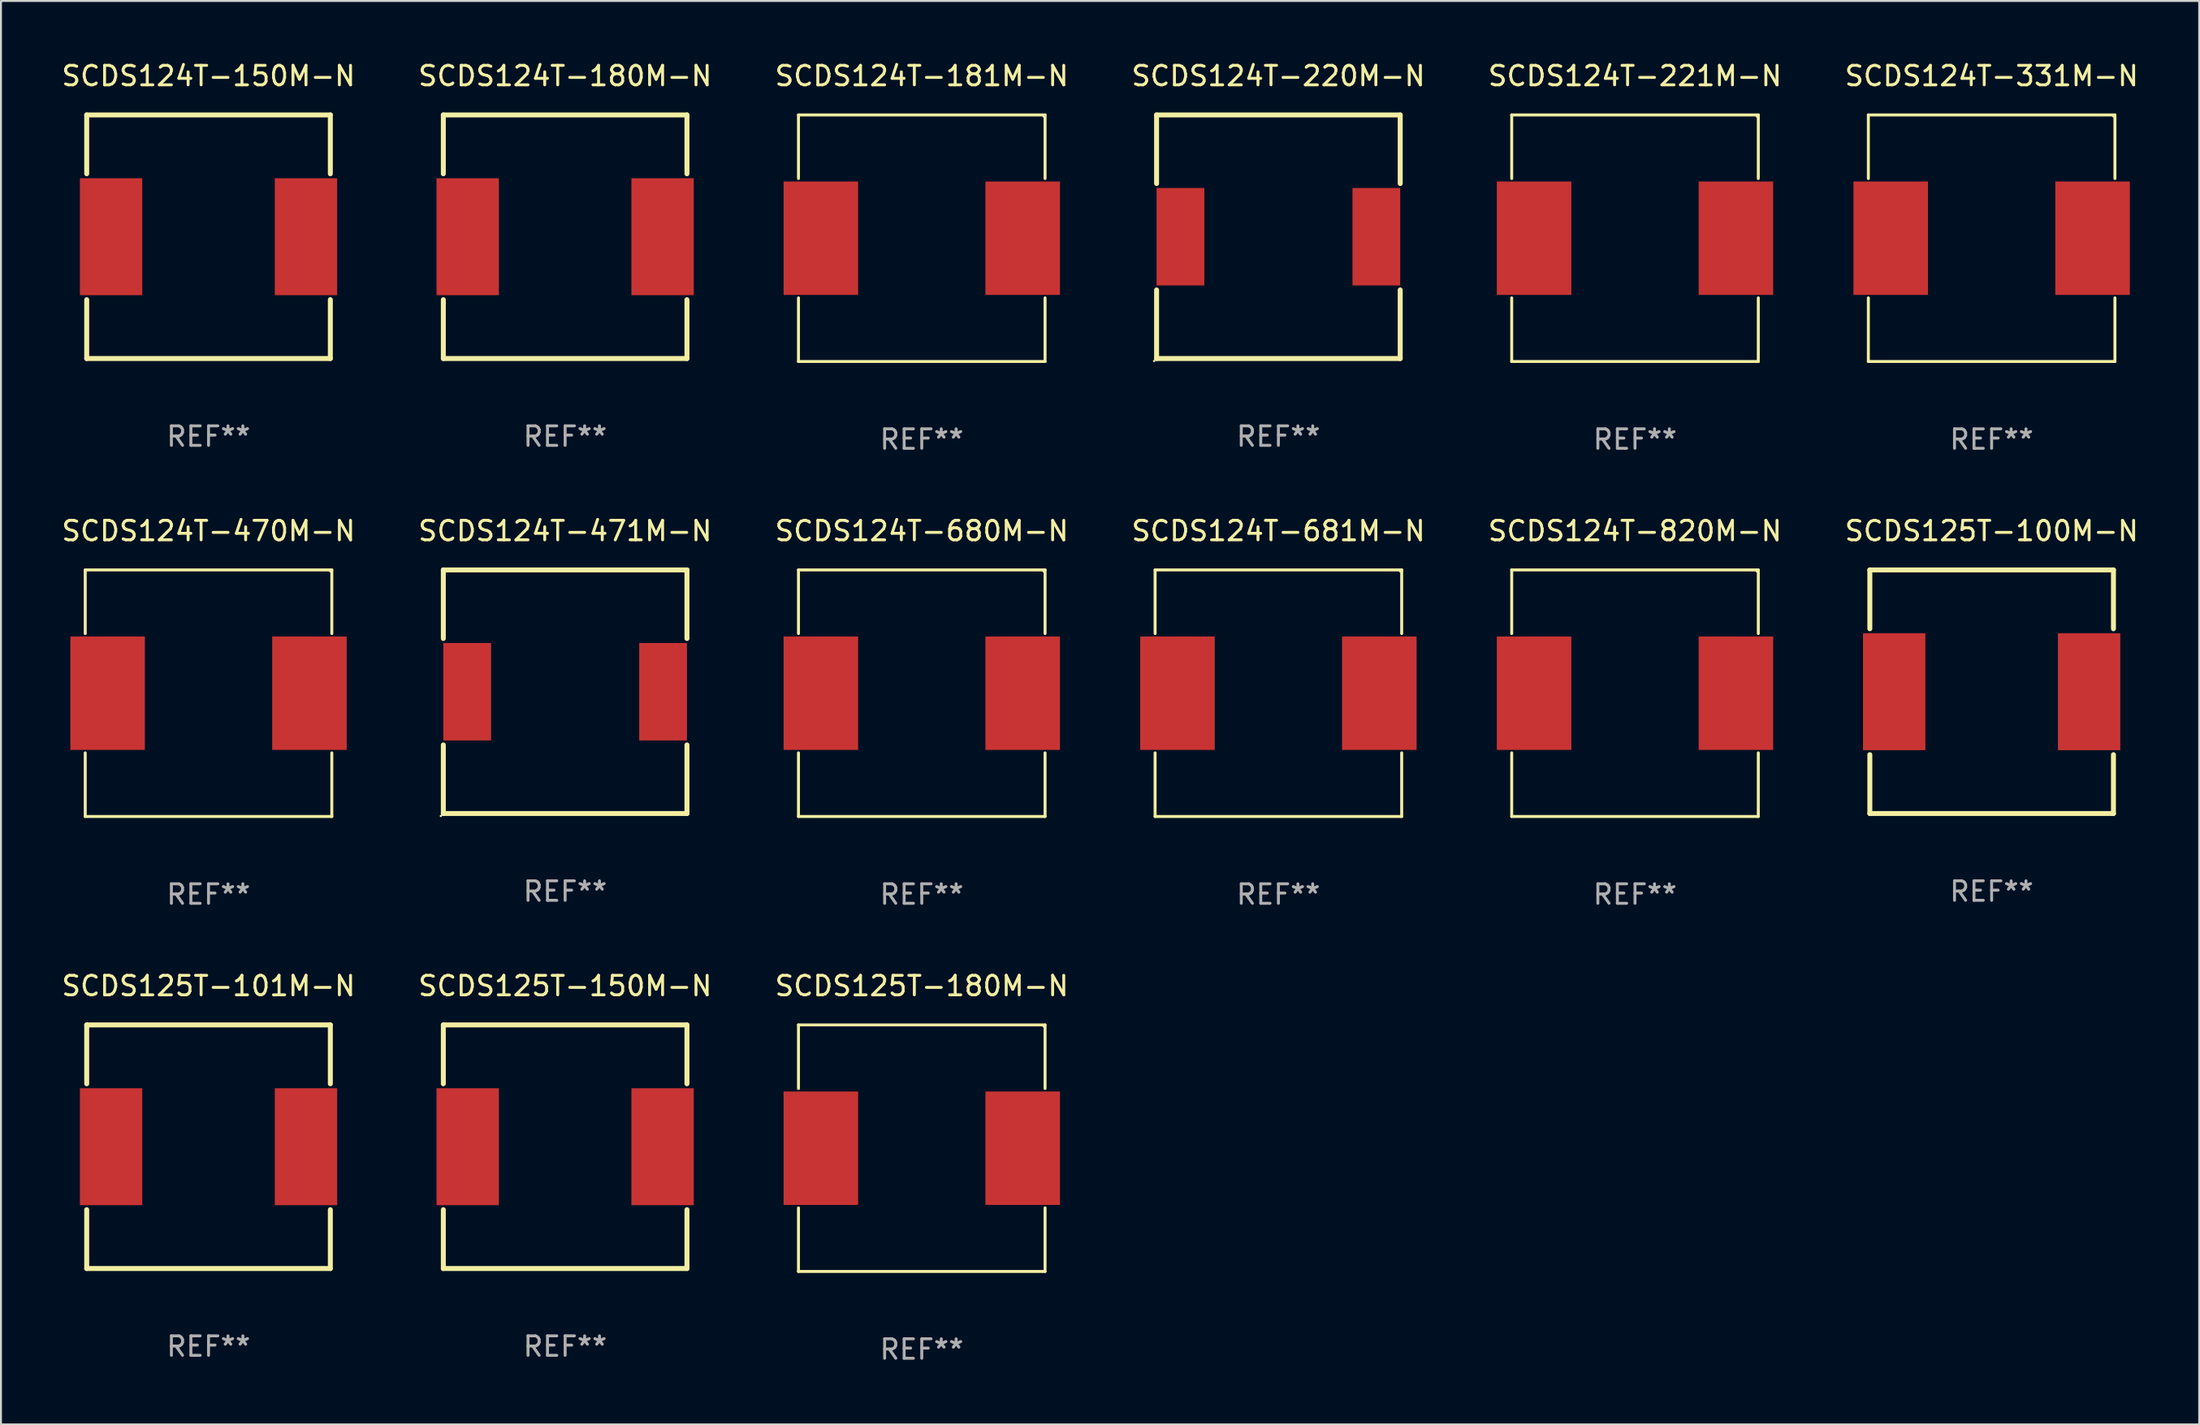
<source format=kicad_pcb>
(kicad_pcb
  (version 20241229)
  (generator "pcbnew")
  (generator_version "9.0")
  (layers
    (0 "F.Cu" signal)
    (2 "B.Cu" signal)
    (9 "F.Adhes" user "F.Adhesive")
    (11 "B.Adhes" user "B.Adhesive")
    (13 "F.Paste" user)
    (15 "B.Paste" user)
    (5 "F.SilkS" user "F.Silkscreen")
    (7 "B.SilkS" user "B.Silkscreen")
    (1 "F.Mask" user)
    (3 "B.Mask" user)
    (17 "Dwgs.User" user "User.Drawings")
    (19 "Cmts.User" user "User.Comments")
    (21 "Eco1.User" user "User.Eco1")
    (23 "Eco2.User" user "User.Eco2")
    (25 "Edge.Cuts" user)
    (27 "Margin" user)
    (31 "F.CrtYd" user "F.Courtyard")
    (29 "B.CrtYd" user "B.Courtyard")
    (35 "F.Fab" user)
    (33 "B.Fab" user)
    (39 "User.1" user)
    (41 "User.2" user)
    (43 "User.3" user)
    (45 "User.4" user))
  (footprint "SCDS124T-471M-N"
    (layer "F.Cu")
    (at 25.946 32.447)
    (property "Reference" "SCDS124T-471M-N" (at 0 -8.25 0) (layer "F.SilkS") (effects (font (size 1 1) (thickness 0.15))))
    (attr through_hole)
    (fp_line (start -6.25 -6.25) (end 6.25 -6.25) (stroke (width 0.254) (type solid)) (layer "F.SilkS"))
    (fp_line (start -6.25 -2.731) (end -6.25 -6.25) (stroke (width 0.254) (type solid)) (layer "F.SilkS"))
    (fp_line (start -6.25 6.25) (end -6.25 2.731) (stroke (width 0.254) (type solid)) (layer "F.SilkS"))
    (fp_line (start 6.25 -6.25) (end 6.25 -2.731) (stroke (width 0.254) (type solid)) (layer "F.SilkS"))
    (fp_line (start 6.25 2.731) (end 6.25 6.25) (stroke (width 0.254) (type solid)) (layer "F.SilkS"))
    (fp_line (start 6.25 6.25) (end -6.25 6.25) (stroke (width 0.254) (type solid)) (layer "F.SilkS"))
    (fp_circle (center -6.377 6.377) (end -6.347 6.377) (stroke (width 0.06) (type solid)) (fill no) (layer "F.SilkS"))
    (fp_text user "REF**" (at 0 10.25 0) (layer "F.Fab") (effects (font (size 1 1) (thickness 0.15))))
    (pad "1" smd rect (at -5.025 0 90) (size 5 2.45) (layers "F.Cu" "F.Mask" "F.Paste"))
    (pad "2" smd rect (at 5.025 0 90) (size 5 2.45) (layers "F.Cu" "F.Mask" "F.Paste")))
  (footprint "SCDS124T-221M-N"
    (layer "F.Cu")
    (at 80.839 9.174)
    (property "Reference" "SCDS124T-221M-N" (at 0 -8.326 0) (layer "F.SilkS") (effects (font (size 1 1) (thickness 0.15))))
    (attr through_hole)
    (fp_line (start -6.326 -6.326) (end 6.326 -6.326) (stroke (width 0.152) (type solid)) (layer "F.SilkS"))
    (fp_line (start -6.326 -3.062) (end -6.326 -6.326) (stroke (width 0.152) (type solid)) (layer "F.SilkS"))
    (fp_line (start -6.326 3.062) (end -6.326 6.326) (stroke (width 0.152) (type solid)) (layer "F.SilkS"))
    (fp_line (start -6.326 6.326) (end 6.326 6.326) (stroke (width 0.152) (type solid)) (layer "F.SilkS"))
    (fp_line (start 6.326 -6.326) (end 6.326 -3.062) (stroke (width 0.152) (type solid)) (layer "F.SilkS"))
    (fp_line (start 6.326 6.326) (end 6.326 3.062) (stroke (width 0.152) (type solid)) (layer "F.SilkS"))
    (fp_circle (center 6.25 -6.25) (end 6.28 -6.25) (stroke (width 0.06) (type solid)) (fill no) (layer "F.SilkS"))
    (fp_text user "REF**" (at 0 10.326 0) (layer "F.Fab") (effects (font (size 1 1) (thickness 0.15))))
    (pad "1" smd rect (at 5.178 0) (size 3.824 5.82) (layers "F.Cu" "F.Mask" "F.Paste"))
    (pad "2" smd rect (at -5.178 0) (size 3.824 5.82) (layers "F.Cu" "F.Mask" "F.Paste")))
  (footprint "SCDS124T-820M-N"
    (layer "F.Cu")
    (at 80.839 32.523)
    (property "Reference" "SCDS124T-820M-N" (at 0 -8.326 0) (layer "F.SilkS") (effects (font (size 1 1) (thickness 0.15))))
    (attr through_hole)
    (fp_line (start -6.326 -6.326) (end 6.326 -6.326) (stroke (width 0.152) (type solid)) (layer "F.SilkS"))
    (fp_line (start -6.326 -3.062) (end -6.326 -6.326) (stroke (width 0.152) (type solid)) (layer "F.SilkS"))
    (fp_line (start -6.326 3.062) (end -6.326 6.326) (stroke (width 0.152) (type solid)) (layer "F.SilkS"))
    (fp_line (start -6.326 6.326) (end 6.326 6.326) (stroke (width 0.152) (type solid)) (layer "F.SilkS"))
    (fp_line (start 6.326 -6.326) (end 6.326 -3.062) (stroke (width 0.152) (type solid)) (layer "F.SilkS"))
    (fp_line (start 6.326 6.326) (end 6.326 3.062) (stroke (width 0.152) (type solid)) (layer "F.SilkS"))
    (fp_circle (center 6.25 -6.25) (end 6.28 -6.25) (stroke (width 0.06) (type solid)) (fill no) (layer "F.SilkS"))
    (fp_text user "REF**" (at 0 10.326 0) (layer "F.Fab") (effects (font (size 1 1) (thickness 0.15))))
    (pad "1" smd rect (at 5.178 0) (size 3.824 5.82) (layers "F.Cu" "F.Mask" "F.Paste"))
    (pad "2" smd rect (at -5.178 0) (size 3.824 5.82) (layers "F.Cu" "F.Mask" "F.Paste")))
  (footprint "SCDS124T-150M-N"
    (layer "F.Cu")
    (at 7.649 9.098)
    (property "Reference" "SCDS124T-150M-N" (at 0 -8.25 0) (layer "F.SilkS") (effects (font (size 1 1) (thickness 0.15))))
    (attr through_hole)
    (fp_line (start -6.25 -6.25) (end -6.25 -3.231) (stroke (width 0.254) (type solid)) (layer "F.SilkS"))
    (fp_line (start -6.25 -6.25) (end 6.25 -6.25) (stroke (width 0.254) (type solid)) (layer "F.SilkS"))
    (fp_line (start -6.25 3.231) (end -6.25 6.25) (stroke (width 0.254) (type solid)) (layer "F.SilkS"))
    (fp_line (start -6.25 6.25) (end 6.25 6.25) (stroke (width 0.254) (type solid)) (layer "F.SilkS"))
    (fp_line (start 6.25 -6.25) (end 6.25 -3.231) (stroke (width 0.254) (type solid)) (layer "F.SilkS"))
    (fp_line (start 6.25 3.231) (end 6.25 6.25) (stroke (width 0.254) (type solid)) (layer "F.SilkS"))
    (fp_circle (center -6.25 6.25) (end -6.22 6.25) (stroke (width 0.06) (type solid)) (fill no) (layer "F.SilkS"))
    (fp_text user "REF**" (at 0 10.25 0) (layer "F.Fab") (effects (font (size 1 1) (thickness 0.15))))
    (pad "1" smd rect (at -5 0) (size 3.2 6) (layers "F.Cu" "F.Mask" "F.Paste"))
    (pad "2" smd rect (at 5 0) (size 3.2 6) (layers "F.Cu" "F.Mask" "F.Paste")))
  (footprint "SCDS125T-100M-N"
    (layer "F.Cu")
    (at 99.137 32.447)
    (property "Reference" "SCDS125T-100M-N" (at 0 -8.25 0) (layer "F.SilkS") (effects (font (size 1 1) (thickness 0.15))))
    (attr through_hole)
    (fp_line (start -6.25 -6.25) (end -6.25 -3.231) (stroke (width 0.254) (type solid)) (layer "F.SilkS"))
    (fp_line (start -6.25 -6.25) (end 6.25 -6.25) (stroke (width 0.254) (type solid)) (layer "F.SilkS"))
    (fp_line (start -6.25 3.231) (end -6.25 6.25) (stroke (width 0.254) (type solid)) (layer "F.SilkS"))
    (fp_line (start -6.25 6.25) (end 6.25 6.25) (stroke (width 0.254) (type solid)) (layer "F.SilkS"))
    (fp_line (start 6.25 -6.25) (end 6.25 -3.231) (stroke (width 0.254) (type solid)) (layer "F.SilkS"))
    (fp_line (start 6.25 3.231) (end 6.25 6.25) (stroke (width 0.254) (type solid)) (layer "F.SilkS"))
    (fp_circle (center -6.25 6.25) (end -6.22 6.25) (stroke (width 0.06) (type solid)) (fill no) (layer "F.SilkS"))
    (fp_text user "REF**" (at 0 10.25 0) (layer "F.Fab") (effects (font (size 1 1) (thickness 0.15))))
    (pad "1" smd rect (at -5 0) (size 3.2 6) (layers "F.Cu" "F.Mask" "F.Paste"))
    (pad "2" smd rect (at 5 0) (size 3.2 6) (layers "F.Cu" "F.Mask" "F.Paste")))
  (footprint "SCDS124T-680M-N"
    (layer "F.Cu")
    (at 44.244 32.523)
    (property "Reference" "SCDS124T-680M-N" (at 0 -8.326 0) (layer "F.SilkS") (effects (font (size 1 1) (thickness 0.15))))
    (attr through_hole)
    (fp_line (start -6.326 -6.326) (end 6.326 -6.326) (stroke (width 0.152) (type solid)) (layer "F.SilkS"))
    (fp_line (start -6.326 -3.062) (end -6.326 -6.326) (stroke (width 0.152) (type solid)) (layer "F.SilkS"))
    (fp_line (start -6.326 3.062) (end -6.326 6.326) (stroke (width 0.152) (type solid)) (layer "F.SilkS"))
    (fp_line (start -6.326 6.326) (end 6.326 6.326) (stroke (width 0.152) (type solid)) (layer "F.SilkS"))
    (fp_line (start 6.326 -6.326) (end 6.326 -3.062) (stroke (width 0.152) (type solid)) (layer "F.SilkS"))
    (fp_line (start 6.326 6.326) (end 6.326 3.062) (stroke (width 0.152) (type solid)) (layer "F.SilkS"))
    (fp_circle (center 6.25 -6.25) (end 6.28 -6.25) (stroke (width 0.06) (type solid)) (fill no) (layer "F.SilkS"))
    (fp_text user "REF**" (at 0 10.326 0) (layer "F.Fab") (effects (font (size 1 1) (thickness 0.15))))
    (pad "1" smd rect (at 5.178 0) (size 3.824 5.82) (layers "F.Cu" "F.Mask" "F.Paste"))
    (pad "2" smd rect (at -5.178 0) (size 3.824 5.82) (layers "F.Cu" "F.Mask" "F.Paste")))
  (footprint "SCDS124T-180M-N"
    (layer "F.Cu")
    (at 25.946 9.098)
    (property "Reference" "SCDS124T-180M-N" (at 0 -8.25 0) (layer "F.SilkS") (effects (font (size 1 1) (thickness 0.15))))
    (attr through_hole)
    (fp_line (start -6.25 -6.25) (end -6.25 -3.231) (stroke (width 0.254) (type solid)) (layer "F.SilkS"))
    (fp_line (start -6.25 -6.25) (end 6.25 -6.25) (stroke (width 0.254) (type solid)) (layer "F.SilkS"))
    (fp_line (start -6.25 3.231) (end -6.25 6.25) (stroke (width 0.254) (type solid)) (layer "F.SilkS"))
    (fp_line (start -6.25 6.25) (end 6.25 6.25) (stroke (width 0.254) (type solid)) (layer "F.SilkS"))
    (fp_line (start 6.25 -6.25) (end 6.25 -3.231) (stroke (width 0.254) (type solid)) (layer "F.SilkS"))
    (fp_line (start 6.25 3.231) (end 6.25 6.25) (stroke (width 0.254) (type solid)) (layer "F.SilkS"))
    (fp_circle (center -6.25 6.25) (end -6.22 6.25) (stroke (width 0.06) (type solid)) (fill no) (layer "F.SilkS"))
    (fp_text user "REF**" (at 0 10.25 0) (layer "F.Fab") (effects (font (size 1 1) (thickness 0.15))))
    (pad "1" smd rect (at -5 0) (size 3.2 6) (layers "F.Cu" "F.Mask" "F.Paste"))
    (pad "2" smd rect (at 5 0) (size 3.2 6) (layers "F.Cu" "F.Mask" "F.Paste")))
  (footprint "SCDS124T-331M-N"
    (layer "F.Cu")
    (at 99.137 9.174)
    (property "Reference" "SCDS124T-331M-N" (at 0 -8.326 0) (layer "F.SilkS") (effects (font (size 1 1) (thickness 0.15))))
    (attr through_hole)
    (fp_line (start -6.326 -6.326) (end 6.326 -6.326) (stroke (width 0.152) (type solid)) (layer "F.SilkS"))
    (fp_line (start -6.326 -3.062) (end -6.326 -6.326) (stroke (width 0.152) (type solid)) (layer "F.SilkS"))
    (fp_line (start -6.326 3.062) (end -6.326 6.326) (stroke (width 0.152) (type solid)) (layer "F.SilkS"))
    (fp_line (start -6.326 6.326) (end 6.326 6.326) (stroke (width 0.152) (type solid)) (layer "F.SilkS"))
    (fp_line (start 6.326 -6.326) (end 6.326 -3.062) (stroke (width 0.152) (type solid)) (layer "F.SilkS"))
    (fp_line (start 6.326 6.326) (end 6.326 3.062) (stroke (width 0.152) (type solid)) (layer "F.SilkS"))
    (fp_circle (center 6.25 -6.25) (end 6.28 -6.25) (stroke (width 0.06) (type solid)) (fill no) (layer "F.SilkS"))
    (fp_text user "REF**" (at 0 10.326 0) (layer "F.Fab") (effects (font (size 1 1) (thickness 0.15))))
    (pad "1" smd rect (at 5.178 0) (size 3.824 5.82) (layers "F.Cu" "F.Mask" "F.Paste"))
    (pad "2" smd rect (at -5.178 0) (size 3.824 5.82) (layers "F.Cu" "F.Mask" "F.Paste")))
  (footprint "SCDS125T-180M-N"
    (layer "F.Cu")
    (at 44.244 55.872)
    (property "Reference" "SCDS125T-180M-N" (at 0 -8.326 0) (layer "F.SilkS") (effects (font (size 1 1) (thickness 0.15))))
    (attr through_hole)
    (fp_line (start -6.326 -6.326) (end 6.326 -6.326) (stroke (width 0.152) (type solid)) (layer "F.SilkS"))
    (fp_line (start -6.326 -3.062) (end -6.326 -6.326) (stroke (width 0.152) (type solid)) (layer "F.SilkS"))
    (fp_line (start -6.326 3.062) (end -6.326 6.326) (stroke (width 0.152) (type solid)) (layer "F.SilkS"))
    (fp_line (start -6.326 6.326) (end 6.326 6.326) (stroke (width 0.152) (type solid)) (layer "F.SilkS"))
    (fp_line (start 6.326 -6.326) (end 6.326 -3.062) (stroke (width 0.152) (type solid)) (layer "F.SilkS"))
    (fp_line (start 6.326 6.326) (end 6.326 3.062) (stroke (width 0.152) (type solid)) (layer "F.SilkS"))
    (fp_circle (center 6.25 -6.25) (end 6.28 -6.25) (stroke (width 0.06) (type solid)) (fill no) (layer "F.SilkS"))
    (fp_text user "REF**" (at 0 10.326 0) (layer "F.Fab") (effects (font (size 1 1) (thickness 0.15))))
    (pad "1" smd rect (at 5.178 0) (size 3.824 5.82) (layers "F.Cu" "F.Mask" "F.Paste"))
    (pad "2" smd rect (at -5.178 0) (size 3.824 5.82) (layers "F.Cu" "F.Mask" "F.Paste")))
  (footprint "SCDS124T-470M-N"
    (layer "F.Cu")
    (at 7.649 32.523)
    (property "Reference" "SCDS124T-470M-N" (at 0 -8.326 0) (layer "F.SilkS") (effects (font (size 1 1) (thickness 0.15))))
    (attr through_hole)
    (fp_line (start -6.326 -6.326) (end 6.326 -6.326) (stroke (width 0.152) (type solid)) (layer "F.SilkS"))
    (fp_line (start -6.326 -3.062) (end -6.326 -6.326) (stroke (width 0.152) (type solid)) (layer "F.SilkS"))
    (fp_line (start -6.326 3.062) (end -6.326 6.326) (stroke (width 0.152) (type solid)) (layer "F.SilkS"))
    (fp_line (start -6.326 6.326) (end 6.326 6.326) (stroke (width 0.152) (type solid)) (layer "F.SilkS"))
    (fp_line (start 6.326 -6.326) (end 6.326 -3.062) (stroke (width 0.152) (type solid)) (layer "F.SilkS"))
    (fp_line (start 6.326 6.326) (end 6.326 3.062) (stroke (width 0.152) (type solid)) (layer "F.SilkS"))
    (fp_circle (center 6.25 -6.25) (end 6.28 -6.25) (stroke (width 0.06) (type solid)) (fill no) (layer "F.SilkS"))
    (fp_text user "REF**" (at 0 10.326 0) (layer "F.Fab") (effects (font (size 1 1) (thickness 0.15))))
    (pad "1" smd rect (at 5.178 0) (size 3.824 5.82) (layers "F.Cu" "F.Mask" "F.Paste"))
    (pad "2" smd rect (at -5.178 0) (size 3.824 5.82) (layers "F.Cu" "F.Mask" "F.Paste")))
  (footprint "SCDS124T-181M-N"
    (layer "F.Cu")
    (at 44.244 9.174)
    (property "Reference" "SCDS124T-181M-N" (at 0 -8.326 0) (layer "F.SilkS") (effects (font (size 1 1) (thickness 0.15))))
    (attr through_hole)
    (fp_line (start -6.326 -6.326) (end 6.326 -6.326) (stroke (width 0.152) (type solid)) (layer "F.SilkS"))
    (fp_line (start -6.326 -3.062) (end -6.326 -6.326) (stroke (width 0.152) (type solid)) (layer "F.SilkS"))
    (fp_line (start -6.326 3.062) (end -6.326 6.326) (stroke (width 0.152) (type solid)) (layer "F.SilkS"))
    (fp_line (start -6.326 6.326) (end 6.326 6.326) (stroke (width 0.152) (type solid)) (layer "F.SilkS"))
    (fp_line (start 6.326 -6.326) (end 6.326 -3.062) (stroke (width 0.152) (type solid)) (layer "F.SilkS"))
    (fp_line (start 6.326 6.326) (end 6.326 3.062) (stroke (width 0.152) (type solid)) (layer "F.SilkS"))
    (fp_circle (center 6.25 -6.25) (end 6.28 -6.25) (stroke (width 0.06) (type solid)) (fill no) (layer "F.SilkS"))
    (fp_text user "REF**" (at 0 10.326 0) (layer "F.Fab") (effects (font (size 1 1) (thickness 0.15))))
    (pad "1" smd rect (at 5.178 0) (size 3.824 5.82) (layers "F.Cu" "F.Mask" "F.Paste"))
    (pad "2" smd rect (at -5.178 0) (size 3.824 5.82) (layers "F.Cu" "F.Mask" "F.Paste")))
  (footprint "SCDS125T-150M-N"
    (layer "F.Cu")
    (at 25.946 55.796)
    (property "Reference" "SCDS125T-150M-N" (at 0 -8.25 0) (layer "F.SilkS") (effects (font (size 1 1) (thickness 0.15))))
    (attr through_hole)
    (fp_line (start -6.25 -6.25) (end -6.25 -3.231) (stroke (width 0.254) (type solid)) (layer "F.SilkS"))
    (fp_line (start -6.25 -6.25) (end 6.25 -6.25) (stroke (width 0.254) (type solid)) (layer "F.SilkS"))
    (fp_line (start -6.25 3.231) (end -6.25 6.25) (stroke (width 0.254) (type solid)) (layer "F.SilkS"))
    (fp_line (start -6.25 6.25) (end 6.25 6.25) (stroke (width 0.254) (type solid)) (layer "F.SilkS"))
    (fp_line (start 6.25 -6.25) (end 6.25 -3.231) (stroke (width 0.254) (type solid)) (layer "F.SilkS"))
    (fp_line (start 6.25 3.231) (end 6.25 6.25) (stroke (width 0.254) (type solid)) (layer "F.SilkS"))
    (fp_circle (center -6.25 6.25) (end -6.22 6.25) (stroke (width 0.06) (type solid)) (fill no) (layer "F.SilkS"))
    (fp_text user "REF**" (at 0 10.25 0) (layer "F.Fab") (effects (font (size 1 1) (thickness 0.15))))
    (pad "1" smd rect (at -5 0) (size 3.2 6) (layers "F.Cu" "F.Mask" "F.Paste"))
    (pad "2" smd rect (at 5 0) (size 3.2 6) (layers "F.Cu" "F.Mask" "F.Paste")))
  (footprint "SCDS125T-101M-N"
    (layer "F.Cu")
    (at 7.649 55.796)
    (property "Reference" "SCDS125T-101M-N" (at 0 -8.25 0) (layer "F.SilkS") (effects (font (size 1 1) (thickness 0.15))))
    (attr through_hole)
    (fp_line (start -6.25 -6.25) (end -6.25 -3.231) (stroke (width 0.254) (type solid)) (layer "F.SilkS"))
    (fp_line (start -6.25 -6.25) (end 6.25 -6.25) (stroke (width 0.254) (type solid)) (layer "F.SilkS"))
    (fp_line (start -6.25 3.231) (end -6.25 6.25) (stroke (width 0.254) (type solid)) (layer "F.SilkS"))
    (fp_line (start -6.25 6.25) (end 6.25 6.25) (stroke (width 0.254) (type solid)) (layer "F.SilkS"))
    (fp_line (start 6.25 -6.25) (end 6.25 -3.231) (stroke (width 0.254) (type solid)) (layer "F.SilkS"))
    (fp_line (start 6.25 3.231) (end 6.25 6.25) (stroke (width 0.254) (type solid)) (layer "F.SilkS"))
    (fp_circle (center -6.25 6.25) (end -6.22 6.25) (stroke (width 0.06) (type solid)) (fill no) (layer "F.SilkS"))
    (fp_text user "REF**" (at 0 10.25 0) (layer "F.Fab") (effects (font (size 1 1) (thickness 0.15))))
    (pad "1" smd rect (at -5 0) (size 3.2 6) (layers "F.Cu" "F.Mask" "F.Paste"))
    (pad "2" smd rect (at 5 0) (size 3.2 6) (layers "F.Cu" "F.Mask" "F.Paste")))
  (footprint "SCDS124T-681M-N"
    (layer "F.Cu")
    (at 62.542 32.523)
    (property "Reference" "SCDS124T-681M-N" (at 0 -8.326 0) (layer "F.SilkS") (effects (font (size 1 1) (thickness 0.15))))
    (attr through_hole)
    (fp_line (start -6.326 -6.326) (end 6.326 -6.326) (stroke (width 0.152) (type solid)) (layer "F.SilkS"))
    (fp_line (start -6.326 -3.062) (end -6.326 -6.326) (stroke (width 0.152) (type solid)) (layer "F.SilkS"))
    (fp_line (start -6.326 3.062) (end -6.326 6.326) (stroke (width 0.152) (type solid)) (layer "F.SilkS"))
    (fp_line (start -6.326 6.326) (end 6.326 6.326) (stroke (width 0.152) (type solid)) (layer "F.SilkS"))
    (fp_line (start 6.326 -6.326) (end 6.326 -3.062) (stroke (width 0.152) (type solid)) (layer "F.SilkS"))
    (fp_line (start 6.326 6.326) (end 6.326 3.062) (stroke (width 0.152) (type solid)) (layer "F.SilkS"))
    (fp_circle (center 6.25 -6.25) (end 6.28 -6.25) (stroke (width 0.06) (type solid)) (fill no) (layer "F.SilkS"))
    (fp_text user "REF**" (at 0 10.326 0) (layer "F.Fab") (effects (font (size 1 1) (thickness 0.15))))
    (pad "1" smd rect (at 5.178 0) (size 3.824 5.82) (layers "F.Cu" "F.Mask" "F.Paste"))
    (pad "2" smd rect (at -5.178 0) (size 3.824 5.82) (layers "F.Cu" "F.Mask" "F.Paste")))
  (footprint "SCDS124T-220M-N"
    (layer "F.Cu")
    (at 62.542 9.098)
    (property "Reference" "SCDS124T-220M-N" (at 0 -8.25 0) (layer "F.SilkS") (effects (font (size 1 1) (thickness 0.15))))
    (attr through_hole)
    (fp_line (start -6.25 -6.25) (end 6.25 -6.25) (stroke (width 0.254) (type solid)) (layer "F.SilkS"))
    (fp_line (start -6.25 -2.731) (end -6.25 -6.25) (stroke (width 0.254) (type solid)) (layer "F.SilkS"))
    (fp_line (start -6.25 6.25) (end -6.25 2.731) (stroke (width 0.254) (type solid)) (layer "F.SilkS"))
    (fp_line (start 6.25 -6.25) (end 6.25 -2.731) (stroke (width 0.254) (type solid)) (layer "F.SilkS"))
    (fp_line (start 6.25 2.731) (end 6.25 6.25) (stroke (width 0.254) (type solid)) (layer "F.SilkS"))
    (fp_line (start 6.25 6.25) (end -6.25 6.25) (stroke (width 0.254) (type solid)) (layer "F.SilkS"))
    (fp_circle (center -6.377 6.377) (end -6.347 6.377) (stroke (width 0.06) (type solid)) (fill no) (layer "F.SilkS"))
    (fp_text user "REF**" (at 0 10.25 0) (layer "F.Fab") (effects (font (size 1 1) (thickness 0.15))))
    (pad "1" smd rect (at -5.025 0 90) (size 5 2.45) (layers "F.Cu" "F.Mask" "F.Paste"))
    (pad "2" smd rect (at 5.025 0 90) (size 5 2.45) (layers "F.Cu" "F.Mask" "F.Paste")))
  (gr_rect
    (start -3 -3)
    (end 109.786 70.047)
    (stroke (width 0.1) (type default))
    (fill no)
    (layer "Edge.Cuts")))
</source>
